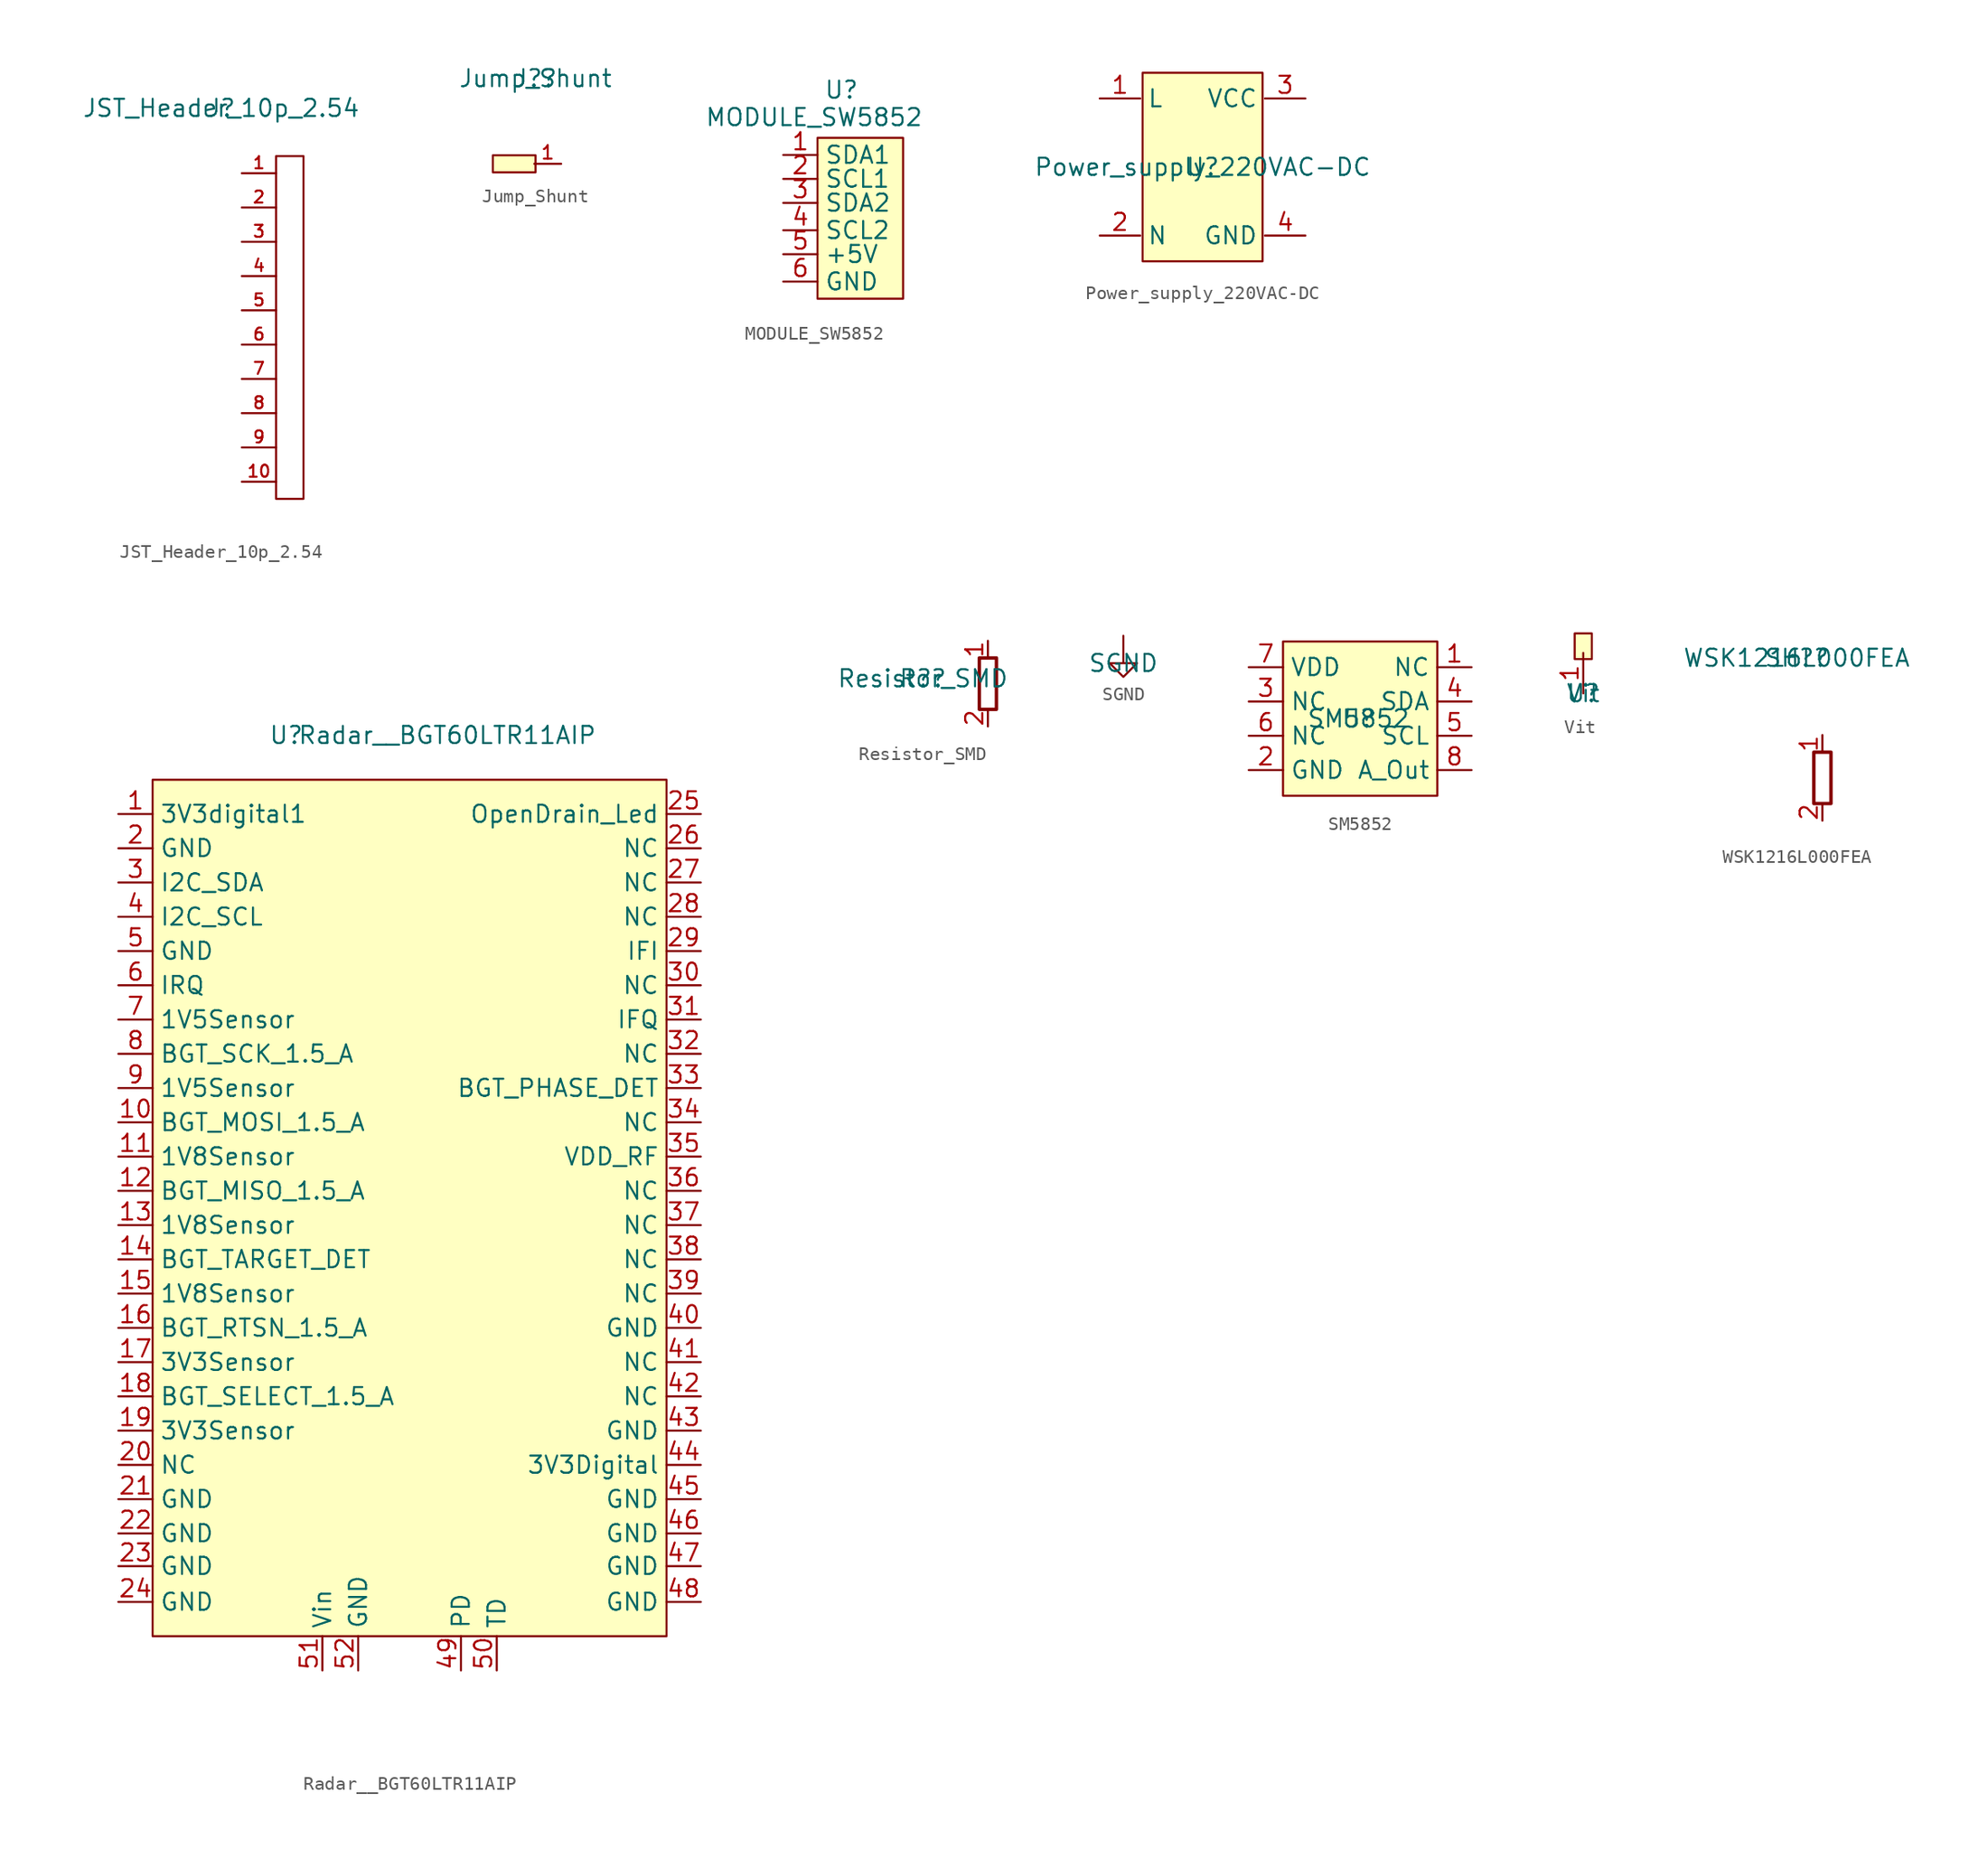
<source format=kicad_sym>
(kicad_symbol_lib
  (version 20211014)
  (generator kicad_symbol_editor)
  (symbol "JST_Header_10p_2.54"
    (property "Reference" "J"
      (at -1.524 12.446 0)
      (effects (font (size 1.27 1.27))))
    (property "Value" "JST_Header_10p_2.54"
      (at -1.524 12.446 0)
      (effects (font (size 1.27 1.27))))
    (symbol "JST_Header_10p_2.54_1_1"
      (rectangle (start 2.54 8.89) (end 4.572 -16.51) (stroke (width 0) (type default) (color 0 0 0 0)) (fill (type none)))
      (pin passive line (at 0 7.62 0) (length 2.54) (name "~" (effects (font (size 1.27 1.27)))) (number "1" (effects (font (size 0.889 0.889)))))
      (pin passive line (at 0 -15.24 0) (length 2.54) (name "~" (effects (font (size 1.27 1.27)))) (number "10" (effects (font (size 0.889 0.889)))))
      (pin passive line (at 0 5.08 0) (length 2.54) (name "~" (effects (font (size 1.27 1.27)))) (number "2" (effects (font (size 0.889 0.889)))))
      (pin passive line (at 0 2.54 0) (length 2.54) (name "~" (effects (font (size 1.27 1.27)))) (number "3" (effects (font (size 0.889 0.889)))))
      (pin passive line (at 0 0 0) (length 2.54) (name "~" (effects (font (size 1.27 1.27)))) (number "4" (effects (font (size 0.889 0.889)))))
      (pin passive line (at 0 -2.54 0) (length 2.54) (name "~" (effects (font (size 1.27 1.27)))) (number "5" (effects (font (size 0.889 0.889)))))
      (pin passive line (at 0 -5.08 0) (length 2.54) (name "~" (effects (font (size 1.27 1.27)))) (number "6" (effects (font (size 0.889 0.889)))))
      (pin passive line (at 0 -7.62 0) (length 2.54) (name "~" (effects (font (size 1.27 1.27)))) (number "7" (effects (font (size 0.889 0.889)))))
      (pin passive line (at 0 -10.16 0) (length 2.54) (name "~" (effects (font (size 1.27 1.27)))) (number "8" (effects (font (size 0.889 0.889)))))
      (pin passive line (at 0 -12.7 0) (length 2.54) (name "~" (effects (font (size 1.27 1.27)))) (number "9" (effects (font (size 0.889 0.889)))))))
  (symbol "Jump_Shunt"
    (property "Reference" "J?"
      (at 0 6.35 0)
      (effects (font (size 1.27 1.27))))
    (property "Value" "Jump_Shunt"
      (at 0 6.35 0)
      (effects (font (size 1.27 1.27))))
    (symbol "Jump_Shunt_0_1"
      (rectangle (start -3.175 0.635) (end 0 -0.635) (stroke (width 0) (type default) (color 0 0 0 0)) (fill (type background))))
    (symbol "Jump_Shunt_1_1"
      (pin passive line (at 1.905 0 180) (length 2) (name "" (effects (font (size 1 1)))) (number "1" (effects (font (size 1 1)))))))
  (symbol "MODULE_SW5852"
    (property "Reference" "U"
      (at 1.778 9.398 0)
      (effects (font (size 1.27 1.27))))
    (property "Value" "MODULE_SW5852"
      (at -0.254 7.366 0)
      (effects (font (size 1.27 1.27))))
    (symbol "MODULE_SW5852_0_1"
      (rectangle (start 0 5.842) (end 6.35 -6.096) (stroke (width 0) (type default) (color 0 0 0 0)) (fill (type background))))
    (symbol "MODULE_SW5852_1_1"
      (pin passive line (at -2.54 4.572 0) (length 2.54) (name "SDA1" (effects (font (size 1.27 1.27)))) (number "1" (effects (font (size 1.27 1.27)))))
      (pin passive line (at -2.54 2.794 0) (length 2.54) (name "SCL1" (effects (font (size 1.27 1.27)))) (number "2" (effects (font (size 1.27 1.27)))))
      (pin passive line (at -2.54 1.016 0) (length 2.54) (name "SDA2" (effects (font (size 1.27 1.27)))) (number "3" (effects (font (size 1.27 1.27)))))
      (pin passive line (at -2.54 -1.016 0) (length 2.54) (name "SCL2" (effects (font (size 1.27 1.27)))) (number "4" (effects (font (size 1.27 1.27)))))
      (pin passive line (at -2.54 -2.794 0) (length 2.54) (name "+5V" (effects (font (size 1.27 1.27)))) (number "5" (effects (font (size 1.27 1.27)))))
      (pin passive line (at -2.54 -4.826 0) (length 2.54) (name "GND" (effects (font (size 1.27 1.27)))) (number "6" (effects (font (size 1.27 1.27)))))))
  (symbol "Power_supply_220VAC-DC"
    (property "Reference" "U"
      (at 0 0 0)
      (effects (font (size 1.27 1.27))))
    (property "Value" "Power_supply_220VAC-DC"
      (at 0 0 0)
      (effects (font (size 1.27 1.27))))
    (symbol "Power_supply_220VAC-DC_0_1"
      (rectangle (start -4.445 6.985) (end 4.445 -6.985) (stroke (width 0) (type default) (color 0 0 0 0)) (fill (type background))))
    (symbol "Power_supply_220VAC-DC_1_1"
      (pin passive line (at -7.62 5.08 0) (length 3) (name "L" (effects (font (size 1.27 1.27)))) (number "1" (effects (font (size 1.27 1.27)))))
      (pin passive line (at -7.62 -5.08 0) (length 3) (name "N" (effects (font (size 1.27 1.27)))) (number "2" (effects (font (size 1.27 1.27)))))
      (pin passive line (at 7.62 5.08 180) (length 3) (name "VCC" (effects (font (size 1.27 1.27)))) (number "3" (effects (font (size 1.27 1.27)))))
      (pin passive line (at 7.62 -5.08 180) (length 3) (name "GND" (effects (font (size 1.27 1.27)))) (number "4" (effects (font (size 1.27 1.27)))))))
  (symbol "Radar__BGT60LTR11AIP"
    (property "Reference" "U"
      (at 7.366 23.622 0)
      (effects (font (size 1.27 1.27))))
    (property "Value" "Radar__BGT60LTR11AIP"
      (at 19.304 23.622 0)
      (effects (font (size 1.27 1.27))))
    (symbol "Radar__BGT60LTR11AIP_0_1"
      (rectangle (start -2.54 20.32) (end 35.56 -43.18) (stroke (width 0) (type default) (color 0 0 0 0)) (fill (type background))))
    (symbol "Radar__BGT60LTR11AIP_1_1"
      (pin passive line (at -5.08 17.78 0) (length 2.54) (name "3V3digital1" (effects (font (size 1.27 1.27)))) (number "1" (effects (font (size 1.27 1.27)))))
      (pin passive line (at -5.08 -5.08 0) (length 2.54) (name "BGT_MOSI_1.5_A" (effects (font (size 1.27 1.27)))) (number "10" (effects (font (size 1.27 1.27)))))
      (pin passive line (at -5.08 -7.62 0) (length 2.54) (name "1V8Sensor" (effects (font (size 1.27 1.27)))) (number "11" (effects (font (size 1.27 1.27)))))
      (pin passive line (at -5.08 -10.16 0) (length 2.54) (name "BGT_MISO_1.5_A" (effects (font (size 1.27 1.27)))) (number "12" (effects (font (size 1.27 1.27)))))
      (pin passive line (at -5.08 -12.7 0) (length 2.54) (name "1V8Sensor" (effects (font (size 1.27 1.27)))) (number "13" (effects (font (size 1.27 1.27)))))
      (pin passive line (at -5.08 -15.24 0) (length 2.54) (name "BGT_TARGET_DET" (effects (font (size 1.27 1.27)))) (number "14" (effects (font (size 1.27 1.27)))))
      (pin passive line (at -5.08 -17.78 0) (length 2.54) (name "1V8Sensor" (effects (font (size 1.27 1.27)))) (number "15" (effects (font (size 1.27 1.27)))))
      (pin passive line (at -5.08 -20.32 0) (length 2.54) (name "BGT_RTSN_1.5_A" (effects (font (size 1.27 1.27)))) (number "16" (effects (font (size 1.27 1.27)))))
      (pin passive line (at -5.08 -22.86 0) (length 2.54) (name "3V3Sensor" (effects (font (size 1.27 1.27)))) (number "17" (effects (font (size 1.27 1.27)))))
      (pin passive line (at -5.08 -25.4 0) (length 2.54) (name "BGT_SELECT_1.5_A" (effects (font (size 1.27 1.27)))) (number "18" (effects (font (size 1.27 1.27)))))
      (pin passive line (at -5.08 -27.94 0) (length 2.54) (name "3V3Sensor" (effects (font (size 1.27 1.27)))) (number "19" (effects (font (size 1.27 1.27)))))
      (pin passive line (at -5.08 15.24 0) (length 2.54) (name "GND" (effects (font (size 1.27 1.27)))) (number "2" (effects (font (size 1.27 1.27)))))
      (pin passive line (at -5.08 -30.48 0) (length 2.54) (name "NC" (effects (font (size 1.27 1.27)))) (number "20" (effects (font (size 1.27 1.27)))))
      (pin passive line (at -5.08 -33.02 0) (length 2.54) (name "GND" (effects (font (size 1.27 1.27)))) (number "21" (effects (font (size 1.27 1.27)))))
      (pin passive line (at -5.08 -35.56 0) (length 2.54) (name "GND" (effects (font (size 1.27 1.27)))) (number "22" (effects (font (size 1.27 1.27)))))
      (pin passive line (at -5.08 -37.986 0) (length 2.54) (name "GND" (effects (font (size 1.27 1.27)))) (number "23" (effects (font (size 1.27 1.27)))))
      (pin passive line (at -5.08 -40.64 0) (length 2.54) (name "GND" (effects (font (size 1.27 1.27)))) (number "24" (effects (font (size 1.27 1.27)))))
      (pin passive line (at 38.1 17.78 180) (length 2.54) (name "OpenDrain_Led" (effects (font (size 1.27 1.27)))) (number "25" (effects (font (size 1.27 1.27)))))
      (pin passive line (at 38.1 15.24 180) (length 2.54) (name "NC" (effects (font (size 1.27 1.27)))) (number "26" (effects (font (size 1.27 1.27)))))
      (pin passive line (at 38.1 12.7 180) (length 2.54) (name "NC" (effects (font (size 1.27 1.27)))) (number "27" (effects (font (size 1.27 1.27)))))
      (pin passive line (at 38.1 10.16 180) (length 2.54) (name "NC" (effects (font (size 1.27 1.27)))) (number "28" (effects (font (size 1.27 1.27)))))
      (pin passive line (at 38.1 7.62 180) (length 2.54) (name "IFI" (effects (font (size 1.27 1.27)))) (number "29" (effects (font (size 1.27 1.27)))))
      (pin passive line (at -5.08 12.7 0) (length 2.54) (name "I2C_SDA" (effects (font (size 1.27 1.27)))) (number "3" (effects (font (size 1.27 1.27)))))
      (pin passive line (at 38.1 5.08 180) (length 2.54) (name "NC" (effects (font (size 1.27 1.27)))) (number "30" (effects (font (size 1.27 1.27)))))
      (pin passive line (at 38.1 2.54 180) (length 2.54) (name "IFQ" (effects (font (size 1.27 1.27)))) (number "31" (effects (font (size 1.27 1.27)))))
      (pin passive line (at 38.1 0 180) (length 2.54) (name "NC" (effects (font (size 1.27 1.27)))) (number "32" (effects (font (size 1.27 1.27)))))
      (pin passive line (at 38.1 -2.54 180) (length 2.54) (name "BGT_PHASE_DET" (effects (font (size 1.27 1.27)))) (number "33" (effects (font (size 1.27 1.27)))))
      (pin passive line (at 38.1 -5.08 180) (length 2.54) (name "NC" (effects (font (size 1.27 1.27)))) (number "34" (effects (font (size 1.27 1.27)))))
      (pin passive line (at 38.1 -7.62 180) (length 2.54) (name "VDD_RF" (effects (font (size 1.27 1.27)))) (number "35" (effects (font (size 1.27 1.27)))))
      (pin passive line (at 38.1 -10.16 180) (length 2.54) (name "NC" (effects (font (size 1.27 1.27)))) (number "36" (effects (font (size 1.27 1.27)))))
      (pin passive line (at 38.1 -12.7 180) (length 2.54) (name "NC" (effects (font (size 1.27 1.27)))) (number "37" (effects (font (size 1.27 1.27)))))
      (pin passive line (at 38.1 -15.24 180) (length 2.54) (name "NC" (effects (font (size 1.27 1.27)))) (number "38" (effects (font (size 1.27 1.27)))))
      (pin passive line (at 38.1 -17.78 180) (length 2.54) (name "NC" (effects (font (size 1.27 1.27)))) (number "39" (effects (font (size 1.27 1.27)))))
      (pin passive line (at -5.08 10.16 0) (length 2.54) (name "I2C_SCL" (effects (font (size 1.27 1.27)))) (number "4" (effects (font (size 1.27 1.27)))))
      (pin passive line (at 38.1 -20.32 180) (length 2.54) (name "GND" (effects (font (size 1.27 1.27)))) (number "40" (effects (font (size 1.27 1.27)))))
      (pin passive line (at 38.1 -22.86 180) (length 2.54) (name "NC" (effects (font (size 1.27 1.27)))) (number "41" (effects (font (size 1.27 1.27)))))
      (pin passive line (at 38.1 -25.4 180) (length 2.54) (name "NC" (effects (font (size 1.27 1.27)))) (number "42" (effects (font (size 1.27 1.27)))))
      (pin passive line (at 38.1 -27.94 180) (length 2.54) (name "GND" (effects (font (size 1.27 1.27)))) (number "43" (effects (font (size 1.27 1.27)))))
      (pin passive line (at 38.1 -30.48 180) (length 2.54) (name "3V3Digital" (effects (font (size 1.27 1.27)))) (number "44" (effects (font (size 1.27 1.27)))))
      (pin passive line (at 38.1 -33.02 180) (length 2.54) (name "GND" (effects (font (size 1.27 1.27)))) (number "45" (effects (font (size 1.27 1.27)))))
      (pin passive line (at 38.1 -35.56 180) (length 2.54) (name "GND" (effects (font (size 1.27 1.27)))) (number "46" (effects (font (size 1.27 1.27)))))
      (pin passive line (at 38.1 -37.986 180) (length 2.54) (name "GND" (effects (font (size 1.27 1.27)))) (number "47" (effects (font (size 1.27 1.27)))))
      (pin passive line (at 38.1 -40.64 180) (length 2.54) (name "GND" (effects (font (size 1.27 1.27)))) (number "48" (effects (font (size 1.27 1.27)))))
      (pin passive line (at 20.32 -45.72 90) (length 2.54) (name "PD" (effects (font (size 1.27 1.27)))) (number "49" (effects (font (size 1.27 1.27)))))
      (pin passive line (at -5.08 7.62 0) (length 2.54) (name "GND" (effects (font (size 1.27 1.27)))) (number "5" (effects (font (size 1.27 1.27)))))
      (pin passive line (at 22.974 -45.72 90) (length 2.54) (name "TD" (effects (font (size 1.27 1.27)))) (number "50" (effects (font (size 1.27 1.27)))))
      (pin passive line (at 10.046 -45.72 90) (length 2.54) (name "Vin" (effects (font (size 1.27 1.27)))) (number "51" (effects (font (size 1.27 1.27)))))
      (pin passive line (at 12.7 -45.72 90) (length 2.54) (name "GND" (effects (font (size 1.27 1.27)))) (number "52" (effects (font (size 1.27 1.27)))))
      (pin passive line (at -5.08 5.08 0) (length 2.54) (name "IRQ" (effects (font (size 1.27 1.27)))) (number "6" (effects (font (size 1.27 1.27)))))
      (pin passive line (at -5.08 2.54 0) (length 2.54) (name "1V5Sensor" (effects (font (size 1.27 1.27)))) (number "7" (effects (font (size 1.27 1.27)))))
      (pin passive line (at -5.08 0 0) (length 2.54) (name "BGT_SCK_1.5_A" (effects (font (size 1.27 1.27)))) (number "8" (effects (font (size 1.27 1.27)))))
      (pin passive line (at -5.08 -2.54 0) (length 2.54) (name "1V5Sensor" (effects (font (size 1.27 1.27)))) (number "9" (effects (font (size 1.27 1.27)))))))
  (symbol "Resistor_SMD"
    (pin_names
      (offset 0.3))
    (property "Reference" "R?"
      (at -4.826 1.016 0)
      (effects (font (size 1.27 1.27))))
    (property "Value" "Resistor_SMD"
      (at -4.826 1.016 0)
      (effects (font (size 1.27 1.27))))
    (symbol "Resistor_SMD_0_1"
      (rectangle (start -0.635 2.54) (end 0.635 -1.27) (stroke (width 0.254) (type default) (color 0 0 0 0)) (fill (type none))))
    (symbol "Resistor_SMD_1_1"
      (pin passive line (at 0 3.81 270) (length 1.27) (name "~" (effects (font (size 1.27 1.27)))) (number "1" (effects (font (size 1.27 1.27)))))
      (pin passive line (at 0 -2.54 90) (length 1.27) (name "~" (effects (font (size 1.27 1.27)))) (number "2" (effects (font (size 1.27 1.27)))))))
  (symbol "SGND"
    (property "Reference" "SGND"
      (at 0 0 0)
      (effects (font (size 1.27 1.27)) hide))
    (property "Value" "SGND"
      (at 0 0 0)
      (effects (font (size 1.27 1.27))))
    (symbol "SGND_0_1"
      (polyline (pts (xy -1.016 0) (xy 1.016 0) (xy 0 -1.016) (xy -1.016 0)) (stroke (width 0) (type default) (color 0 0 0 0)) (fill (type none))))
    (symbol "SGND_1_1"
      (pin passive line (at 0 2.032 270) (length 2) (name "" (effects (font (size 1 1)))) (number "" (effects (font (size 1 1)))))))
  (symbol "SM5852"
    (property "Reference" "U"
      (at 0 0 0)
      (effects (font (size 1.27 1.27))))
    (property "Value" "SM5852"
      (at 0 0 0)
      (effects (font (size 1.27 1.27))))
    (symbol "SM5852_1_1"
      (rectangle (start -5.588 5.715) (end 5.842 -5.715) (stroke (width 0) (type default) (color 0 0 0 0)) (fill (type background)))
      (pin passive line (at 8.382 3.81 180) (length 2.54) (name "NC" (effects (font (size 1.27 1.27)))) (number "1" (effects (font (size 1.27 1.27)))))
      (pin passive line (at -8.128 -3.81 0) (length 2.54) (name "GND" (effects (font (size 1.27 1.27)))) (number "2" (effects (font (size 1.27 1.27)))))
      (pin passive line (at -8.128 1.27 0) (length 2.54) (name "NC" (effects (font (size 1.27 1.27)))) (number "3" (effects (font (size 1.27 1.27)))))
      (pin passive line (at 8.382 1.27 180) (length 2.54) (name "SDA" (effects (font (size 1.27 1.27)))) (number "4" (effects (font (size 1.27 1.27)))))
      (pin passive line (at 8.382 -1.27 180) (length 2.54) (name "SCL" (effects (font (size 1.27 1.27)))) (number "5" (effects (font (size 1.27 1.27)))))
      (pin passive line (at -8.128 -1.27 0) (length 2.54) (name "NC" (effects (font (size 1.27 1.27)))) (number "6" (effects (font (size 1.27 1.27)))))
      (pin passive line (at -8.128 3.81 0) (length 2.54) (name "VDD" (effects (font (size 1.27 1.27)))) (number "7" (effects (font (size 1.27 1.27)))))
      (pin passive line (at 8.382 -3.81 180) (length 2.54) (name "A_Out" (effects (font (size 1.27 1.27)))) (number "8" (effects (font (size 1.27 1.27)))))))
  (symbol "Vit"
    (property "Reference" "U"
      (at 0 0 0)
      (effects (font (size 1.27 1.27))))
    (property "Value" "Vit"
      (at 0 0 0)
      (effects (font (size 1.27 1.27))))
    (symbol "Vit_0_1"
      (rectangle (start -0.635 4.445) (end 0.635 2.54) (stroke (width 0) (type default) (color 0 0 0 0)) (fill (type background))))
    (symbol "Vit_1_1"
      (pin passive line (at 0 0 90) (length 3) (name "" (effects (font (size 1.27 1.27)))) (number "1" (effects (font (size 1.27 1.27)))))))
  (symbol "WSK1216L000FEA"
    (property "Reference" "SH?"
      (at -1.905 8.89 0)
      (effects (font (size 1.27 1.27))))
    (property "Value" "WSK1216L000FEA"
      (at -1.905 8.89 0)
      (effects (font (size 1.27 1.27))))
    (symbol "WSK1216L000FEA_0_1"
      (rectangle (start -0.635 1.905) (end 0.635 -1.905) (stroke (width 0.254) (type default) (color 0 0 0 0)) (fill (type none))))
    (symbol "WSK1216L000FEA_1_1"
      (pin passive line (at 0 3.175 270) (length 1.27) (name "~" (effects (font (size 1.27 1.27)))) (number "1" (effects (font (size 1.27 1.27)))))
      (pin passive line (at 0 -3.175 90) (length 1.27) (name "~" (effects (font (size 1.27 1.27)))) (number "2" (effects (font (size 1.27 1.27))))))))
</source>
